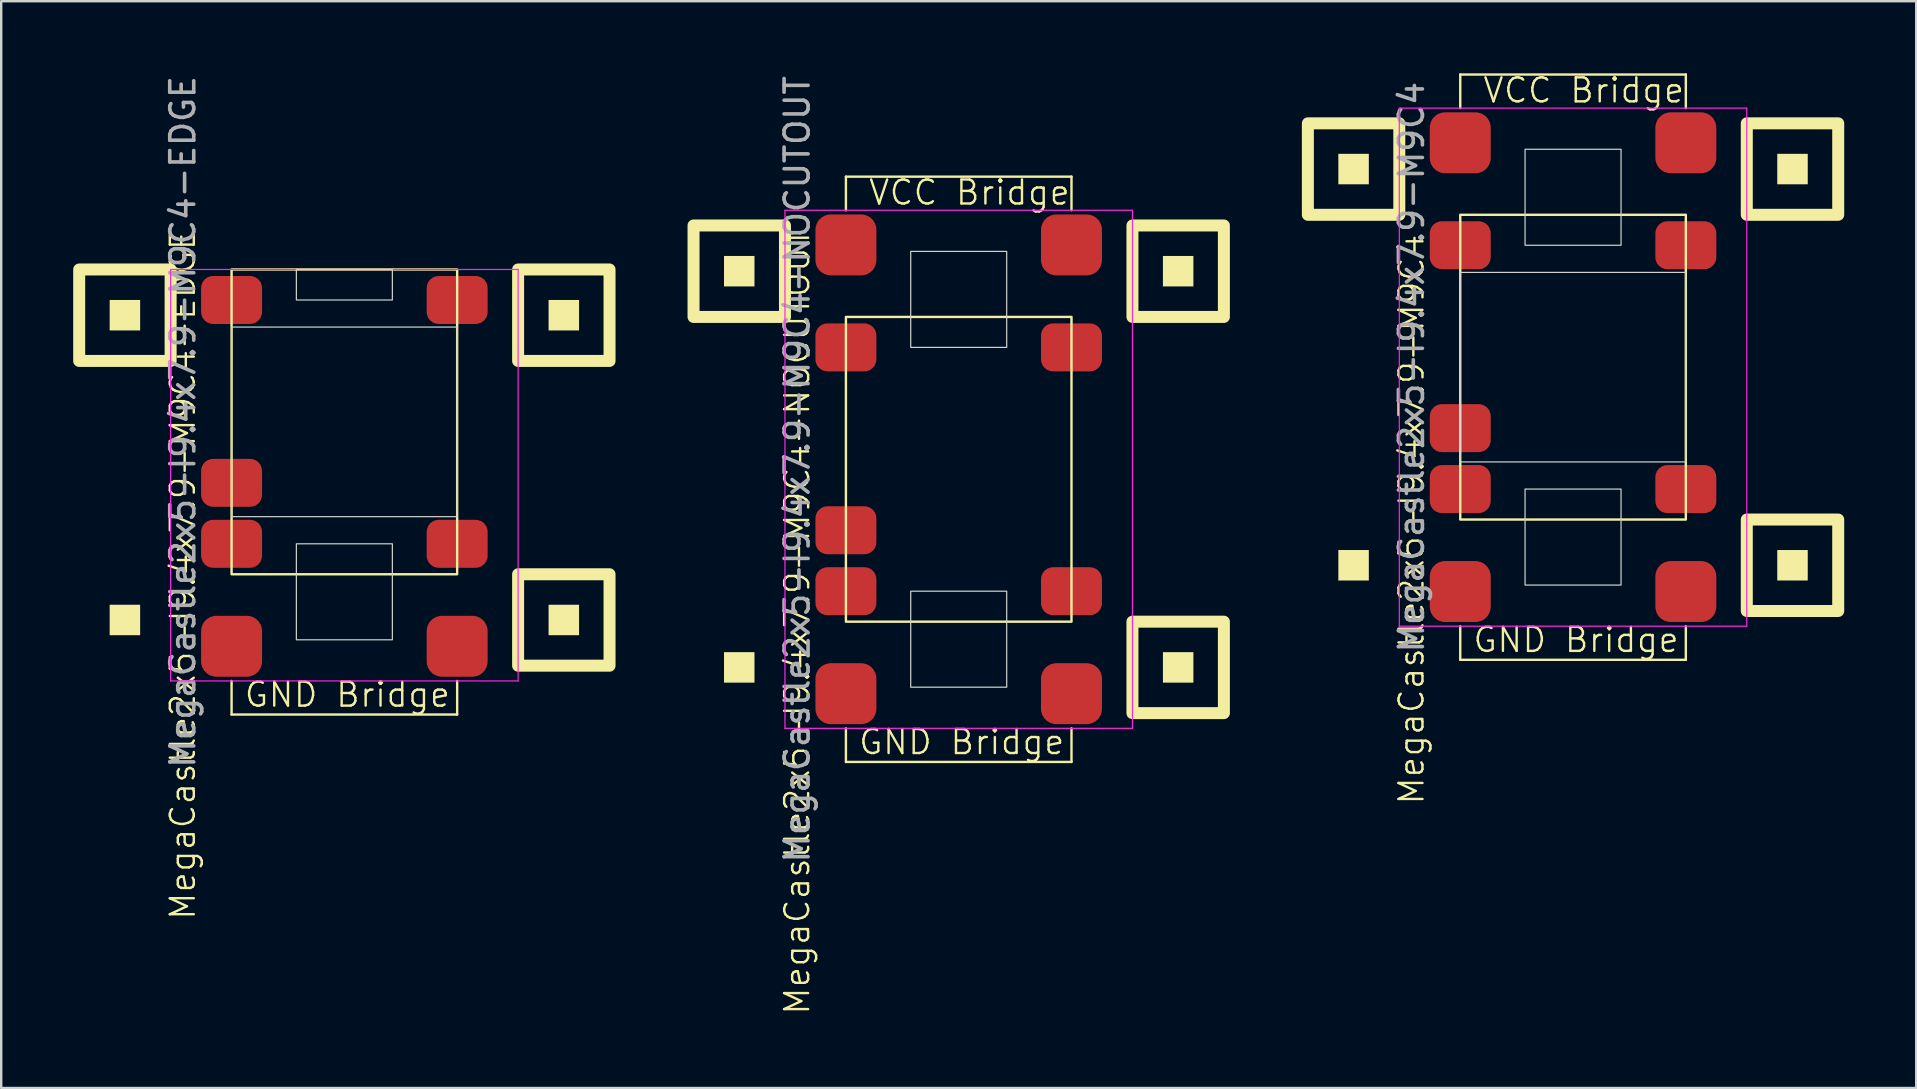
<source format=kicad_pcb>
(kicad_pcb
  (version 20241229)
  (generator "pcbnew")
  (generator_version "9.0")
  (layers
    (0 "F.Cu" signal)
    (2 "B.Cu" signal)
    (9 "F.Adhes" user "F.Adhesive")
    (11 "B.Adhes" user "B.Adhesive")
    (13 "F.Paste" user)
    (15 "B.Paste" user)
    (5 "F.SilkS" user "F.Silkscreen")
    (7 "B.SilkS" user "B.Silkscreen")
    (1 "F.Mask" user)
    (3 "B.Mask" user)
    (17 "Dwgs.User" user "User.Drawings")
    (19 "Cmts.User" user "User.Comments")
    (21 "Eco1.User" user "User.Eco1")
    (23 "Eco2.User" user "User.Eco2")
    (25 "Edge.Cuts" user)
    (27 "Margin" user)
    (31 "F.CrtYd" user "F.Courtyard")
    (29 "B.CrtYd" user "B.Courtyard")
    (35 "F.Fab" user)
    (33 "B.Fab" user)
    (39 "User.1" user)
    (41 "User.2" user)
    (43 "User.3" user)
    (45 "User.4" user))
  (footprint "MegaCastle2x5-I9.4x7.9-M9C4"
    (layer "F.Cu")
    (at 62.5 12.25)
    (property "Reference" "MegaCastle2x5-I9.4x7.9-M9C4" (at -6.732 6.35 90) (unlocked yes) (layer "F.SilkS") (effects (font (size 1 1) (thickness 0.1))))
    (attr smd)
    (fp_line (start -4.7 -12.195) (end 4.7 -12.195) (stroke (width 0.1) (type default)) (layer "F.SilkS"))
    (fp_line (start -4.7 -10.795) (end -4.7 -12.195) (stroke (width 0.1) (type default)) (layer "F.SilkS"))
    (fp_line (start -4.7 10.795) (end -4.7 12.195) (stroke (width 0.1) (type default)) (layer "F.SilkS"))
    (fp_line (start -4.7 12.195) (end 4.7 12.195) (stroke (width 0.1) (type default)) (layer "F.SilkS"))
    (fp_line (start 4.7 -10.795) (end 4.7 -12.195) (stroke (width 0.1) (type default)) (layer "F.SilkS"))
    (fp_line (start 4.7 10.795) (end 4.7 12.195) (stroke (width 0.1) (type default)) (layer "F.SilkS"))
    (fp_rect (start -8.51 -7.62) (end -9.78 -8.89) (stroke (width 0) (type solid)) (fill yes) (layer "F.SilkS"))
    (fp_rect (start -8.51 8.89) (end -9.78 7.62) (stroke (width 0) (type solid)) (fill yes) (layer "F.SilkS"))
    (fp_rect (start -7.24 -6.35) (end -11.05 -10.16) (stroke (width 0.5) (type default)) (fill no) (layer "F.SilkS"))
    (fp_rect (start -4.7 -6.35) (end 4.7 6.35) (stroke (width 0.1) (type default)) (fill no) (layer "F.SilkS"))
    (fp_rect (start 9.78 -7.62) (end 8.51 -8.89) (stroke (width 0) (type solid)) (fill yes) (layer "F.SilkS"))
    (fp_rect (start 9.78 8.89) (end 8.51 7.62) (stroke (width 0) (type solid)) (fill yes) (layer "F.SilkS"))
    (fp_rect (start 11.05 -6.35) (end 7.24 -10.16) (stroke (width 0.5) (type default)) (fill no) (layer "F.SilkS"))
    (fp_rect (start 11.05 10.16) (end 7.24 6.35) (stroke (width 0.5) (type default)) (fill no) (layer "F.SilkS"))
    (fp_rect (start -4.7 -3.95) (end 4.7 3.95) (stroke (width 0.05) (type default)) (fill no) (layer "Edge.Cuts"))
    (fp_rect (start -2 -5.08) (end 2 -9.08) (stroke (width 0.05) (type default)) (fill no) (layer "Edge.Cuts"))
    (fp_rect (start -2 5.08) (end 2 9.08) (stroke (width 0.05) (type default)) (fill no) (layer "Edge.Cuts"))
    (fp_line (start -7.24 -10.795) (end -7.24 10.795) (stroke (width 0.05) (type default)) (layer "F.CrtYd"))
    (fp_line (start -7.24 10.795) (end 7.24 10.795) (stroke (width 0.05) (type default)) (layer "F.CrtYd"))
    (fp_line (start 7.24 -10.795) (end -7.24 -10.795) (stroke (width 0.05) (type default)) (layer "F.CrtYd"))
    (fp_line (start 7.24 -10.795) (end 7.24 10.795) (stroke (width 0.05) (type default)) (layer "F.CrtYd"))
    (fp_text user "GND Bridge" (at -4.226 11.95 0) (unlocked yes) (layer "F.SilkS") (effects (font (size 1 1) (thickness 0.1)) (justify left bottom)))
    (fp_text user "VCC Bridge" (at -3.81 -10.95 0) (unlocked yes) (layer "F.SilkS") (effects (font (size 1 1) (thickness 0.1)) (justify left bottom)))
    (fp_text user "${REFERENCE}" (at -6.732 0 90) (unlocked yes) (layer "F.Fab") (effects (font (size 1 1) (thickness 0.15))))
    (pad "1" smd roundrect (at -4.7 -5.08) (size 2.54 2) (layers "F.Cu" "F.Mask" "F.Paste") (roundrect_rratio 0.25))
    (pad "4" smd roundrect (at -4.7 2.54) (size 2.54 2) (layers "F.Cu" "F.Mask" "F.Paste") (roundrect_rratio 0.25))
    (pad "5" smd roundrect (at -4.7 5.08) (size 2.54 2) (layers "F.Cu" "F.Mask" "F.Paste") (roundrect_rratio 0.25))
    (pad "6" smd roundrect (at 4.7 -5.08) (size 2.54 2) (layers "F.Cu" "F.Mask" "F.Paste") (roundrect_rratio 0.25))
    (pad "10" smd roundrect (at 4.7 5.08) (size 2.54 2) (layers "F.Cu" "F.Mask" "F.Paste") (roundrect_rratio 0.25))
    (pad "A1" smd roundrect (at -4.7 -9.35) (size 2.54 2.54) (layers "F.Cu" "F.Mask" "F.Paste") (roundrect_rratio 0.25))
    (pad "A2" smd roundrect (at 4.7 -9.35) (size 2.54 2.54) (layers "F.Cu" "F.Mask" "F.Paste") (roundrect_rratio 0.25))
    (pad "B1" smd roundrect (at -4.7 9.35) (size 2.54 2.54) (layers "F.Cu" "F.Mask" "F.Paste") (roundrect_rratio 0.25))
    (pad "B2" smd roundrect (at 4.7 9.35) (size 2.54 2.54) (layers "F.Cu" "F.Mask" "F.Paste") (roundrect_rratio 0.25)))
  (footprint "MegaCastle2x5-I9.4x7.9-M9C4-NOCUTOUT"
    (layer "F.Cu")
    (at 36.9 16.506)
    (property "Reference" "MegaCastle2x5-I9.4x7.9-M9C4-NOCUTOUT" (at -6.732 6.35 90) (unlocked yes) (layer "F.SilkS") (effects (font (size 1 1) (thickness 0.1))))
    (attr smd)
    (fp_line (start -4.7 -12.195) (end 4.7 -12.195) (stroke (width 0.1) (type default)) (layer "F.SilkS"))
    (fp_line (start -4.7 -10.795) (end -4.7 -12.195) (stroke (width 0.1) (type default)) (layer "F.SilkS"))
    (fp_line (start -4.7 10.795) (end -4.7 12.195) (stroke (width 0.1) (type default)) (layer "F.SilkS"))
    (fp_line (start -4.7 12.195) (end 4.7 12.195) (stroke (width 0.1) (type default)) (layer "F.SilkS"))
    (fp_line (start 4.7 -10.795) (end 4.7 -12.195) (stroke (width 0.1) (type default)) (layer "F.SilkS"))
    (fp_line (start 4.7 10.795) (end 4.7 12.195) (stroke (width 0.1) (type default)) (layer "F.SilkS"))
    (fp_rect (start -8.51 -7.62) (end -9.78 -8.89) (stroke (width 0) (type solid)) (fill yes) (layer "F.SilkS"))
    (fp_rect (start -8.51 8.89) (end -9.78 7.62) (stroke (width 0) (type solid)) (fill yes) (layer "F.SilkS"))
    (fp_rect (start -7.24 -6.35) (end -11.05 -10.16) (stroke (width 0.5) (type default)) (fill no) (layer "F.SilkS"))
    (fp_rect (start -4.7 -6.35) (end 4.7 6.35) (stroke (width 0.1) (type default)) (fill no) (layer "F.SilkS"))
    (fp_rect (start 9.78 -7.62) (end 8.51 -8.89) (stroke (width 0) (type solid)) (fill yes) (layer "F.SilkS"))
    (fp_rect (start 9.78 8.89) (end 8.51 7.62) (stroke (width 0) (type solid)) (fill yes) (layer "F.SilkS"))
    (fp_rect (start 11.05 -6.35) (end 7.24 -10.16) (stroke (width 0.5) (type default)) (fill no) (layer "F.SilkS"))
    (fp_rect (start 11.05 10.16) (end 7.24 6.35) (stroke (width 0.5) (type default)) (fill no) (layer "F.SilkS"))
    (fp_rect (start -2 -5.08) (end 2 -9.08) (stroke (width 0.05) (type default)) (fill no) (layer "Edge.Cuts"))
    (fp_rect (start -2 5.08) (end 2 9.08) (stroke (width 0.05) (type default)) (fill no) (layer "Edge.Cuts"))
    (fp_line (start -7.24 -10.795) (end -7.24 10.795) (stroke (width 0.05) (type default)) (layer "F.CrtYd"))
    (fp_line (start -7.24 10.795) (end 7.24 10.795) (stroke (width 0.05) (type default)) (layer "F.CrtYd"))
    (fp_line (start 7.24 -10.795) (end -7.24 -10.795) (stroke (width 0.05) (type default)) (layer "F.CrtYd"))
    (fp_line (start 7.24 -10.795) (end 7.24 10.795) (stroke (width 0.05) (type default)) (layer "F.CrtYd"))
    (fp_text user "VCC Bridge" (at -3.81 -10.95 0) (unlocked yes) (layer "F.SilkS") (effects (font (size 1 1) (thickness 0.1)) (justify left bottom)))
    (fp_text user "GND Bridge" (at -4.226 11.95 0) (unlocked yes) (layer "F.SilkS") (effects (font (size 1 1) (thickness 0.1)) (justify left bottom)))
    (fp_text user "${REFERENCE}" (at -6.732 0 90) (unlocked yes) (layer "F.Fab") (effects (font (size 1 1) (thickness 0.15))))
    (pad "1" smd roundrect (at -4.7 -5.08) (size 2.54 2) (layers "F.Cu" "F.Mask" "F.Paste") (roundrect_rratio 0.25))
    (pad "4" smd roundrect (at -4.7 2.54) (size 2.54 2) (layers "F.Cu" "F.Mask" "F.Paste") (roundrect_rratio 0.25))
    (pad "5" smd roundrect (at -4.7 5.08) (size 2.54 2) (layers "F.Cu" "F.Mask" "F.Paste") (roundrect_rratio 0.25))
    (pad "6" smd roundrect (at 4.7 -5.08) (size 2.54 2) (layers "F.Cu" "F.Mask" "F.Paste") (roundrect_rratio 0.25))
    (pad "10" smd roundrect (at 4.7 5.08) (size 2.54 2) (layers "F.Cu" "F.Mask" "F.Paste") (roundrect_rratio 0.25))
    (pad "A1" smd roundrect (at -4.7 -9.35) (size 2.54 2.54) (layers "F.Cu" "F.Mask" "F.Paste") (roundrect_rratio 0.25))
    (pad "A2" smd roundrect (at 4.7 -9.35) (size 2.54 2.54) (layers "F.Cu" "F.Mask" "F.Paste") (roundrect_rratio 0.25))
    (pad "B1" smd roundrect (at -4.7 9.35) (size 2.54 2.54) (layers "F.Cu" "F.Mask" "F.Paste") (roundrect_rratio 0.25))
    (pad "B2" smd roundrect (at 4.7 9.35) (size 2.54 2.54) (layers "F.Cu" "F.Mask" "F.Paste") (roundrect_rratio 0.25)))
  (footprint "MegaCastle2x5-I9.4x7.9-M9C4-EDGE"
    (layer "F.Cu")
    (at 11.3 14.53)
    (property "Reference" "MegaCastle2x5-I9.4x7.9-M9C4-EDGE" (at -6.732 6.35 90) (unlocked yes) (layer "F.SilkS") (effects (font (size 1 1) (thickness 0.1))))
    (attr smd)
    (fp_line (start -4.7 10.795) (end -4.7 12.195) (stroke (width 0.1) (type default)) (layer "F.SilkS"))
    (fp_line (start -4.7 12.195) (end 4.7 12.195) (stroke (width 0.1) (type default)) (layer "F.SilkS"))
    (fp_line (start 4.7 10.795) (end 4.7 12.195) (stroke (width 0.1) (type default)) (layer "F.SilkS"))
    (fp_rect (start -8.51 -3.81) (end -9.78 -5.08) (stroke (width 0) (type solid)) (fill yes) (layer "F.SilkS"))
    (fp_rect (start -8.51 8.89) (end -9.78 7.62) (stroke (width 0) (type solid)) (fill yes) (layer "F.SilkS"))
    (fp_rect (start -7.24 -2.54) (end -11.05 -6.35) (stroke (width 0.5) (type default)) (fill no) (layer "F.SilkS"))
    (fp_rect (start -4.7 -6.35) (end 4.7 6.35) (stroke (width 0.1) (type default)) (fill no) (layer "F.SilkS"))
    (fp_rect (start 9.78 -3.81) (end 8.51 -5.08) (stroke (width 0) (type solid)) (fill yes) (layer "F.SilkS"))
    (fp_rect (start 9.78 8.89) (end 8.51 7.62) (stroke (width 0) (type solid)) (fill yes) (layer "F.SilkS"))
    (fp_rect (start 11.05 -2.54) (end 7.24 -6.35) (stroke (width 0.5) (type default)) (fill no) (layer "F.SilkS"))
    (fp_rect (start 11.05 10.16) (end 7.24 6.35) (stroke (width 0.5) (type default)) (fill no) (layer "F.SilkS"))
    (fp_rect (start -4.7 -3.95) (end 4.7 3.95) (stroke (width 0.05) (type default)) (fill no) (layer "Edge.Cuts"))
    (fp_rect (start -2 -5.08) (end 2 -6.35) (stroke (width 0.05) (type default)) (fill no) (layer "Edge.Cuts"))
    (fp_rect (start -2 5.08) (end 2 9.08) (stroke (width 0.05) (type default)) (fill no) (layer "Edge.Cuts"))
    (fp_line (start -7.24 -6.35) (end -7.24 10.795) (stroke (width 0.05) (type default)) (layer "F.CrtYd"))
    (fp_line (start -7.24 10.795) (end 7.24 10.795) (stroke (width 0.05) (type default)) (layer "F.CrtYd"))
    (fp_line (start 7.24 -6.35) (end -7.24 -6.35) (stroke (width 0.05) (type default)) (layer "F.CrtYd"))
    (fp_line (start 7.24 -6.35) (end 7.24 10.795) (stroke (width 0.05) (type default)) (layer "F.CrtYd"))
    (fp_text user "GND Bridge" (at -4.226 11.95 0) (unlocked yes) (layer "F.SilkS") (effects (font (size 1 1) (thickness 0.1)) (justify left bottom)))
    (fp_text user "${REFERENCE}" (at -6.732 0 90) (unlocked yes) (layer "F.Fab") (effects (font (size 1 1) (thickness 0.15))))
    (pad "1" smd roundrect (at -4.7 -5.08) (size 2.54 2) (layers "F.Cu" "F.Mask" "F.Paste") (roundrect_rratio 0.25))
    (pad "4" smd roundrect (at -4.7 2.54) (size 2.54 2) (layers "F.Cu" "F.Mask" "F.Paste") (roundrect_rratio 0.25))
    (pad "5" smd roundrect (at -4.7 5.08) (size 2.54 2) (layers "F.Cu" "F.Mask" "F.Paste") (roundrect_rratio 0.25))
    (pad "6" smd roundrect (at 4.7 -5.08) (size 2.54 2) (layers "F.Cu" "F.Mask" "F.Paste") (roundrect_rratio 0.25))
    (pad "10" smd roundrect (at 4.7 5.08) (size 2.54 2) (layers "F.Cu" "F.Mask" "F.Paste") (roundrect_rratio 0.25))
    (pad "B1" smd roundrect (at -4.7 9.35) (size 2.54 2.54) (layers "F.Cu" "F.Mask" "F.Paste") (roundrect_rratio 0.25))
    (pad "B2" smd roundrect (at 4.7 9.35) (size 2.54 2.54) (layers "F.Cu" "F.Mask" "F.Paste") (roundrect_rratio 0.25)))
  (gr_rect
    (start -3 -3)
    (end 76.8 42.287)
    (stroke (width 0.1) (type default))
    (fill no)
    (layer "Edge.Cuts")))
</source>
